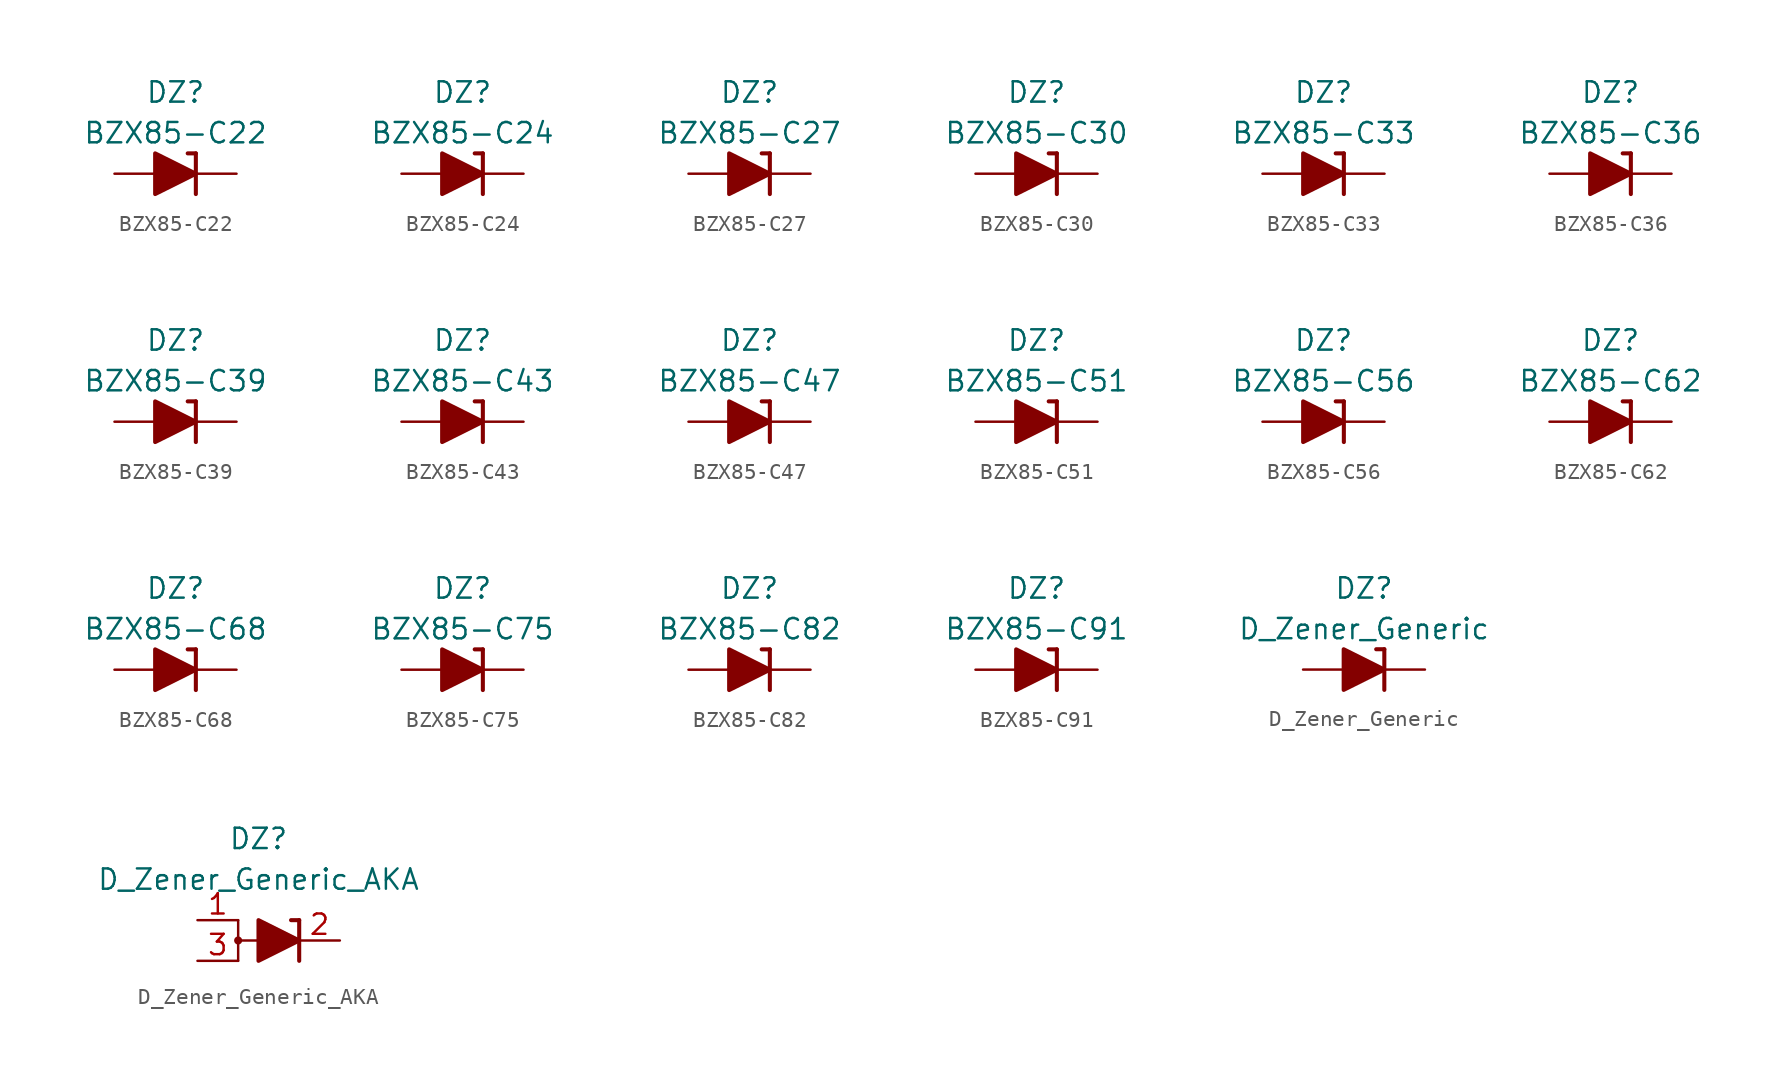
<source format=kicad_sym>
(kicad_symbol_lib
  (version 20211014)
  (generator kicad_symbol_editor)
  (symbol "BZX85-C22"
    (pin_numbers hide)
    (pin_names
      (offset 1.016) hide)
    (property "Reference" "DZ"
      (at 0 5.08 0)
      (effects (font (size 1.27 1.27))))
    (property "Value" "BZX85-C22"
      (at 0 2.54 0)
      (effects (font (size 1.27 1.27))))
    (symbol "BZX85-C22_0_1"
      (polyline (pts (xy -1.27 0) (xy 1.27 0)) (stroke (width 0) (type default) (color 0 0 0 0)) (fill (type none)))
      (polyline (pts (xy 1.27 1.27) (xy 0.762 1.27)) (stroke (width 0.254) (type default) (color 0 0 0 0)) (fill (type none)))
      (polyline (pts (xy 1.27 1.27) (xy 1.27 -1.27)) (stroke (width 0.254) (type default) (color 0 0 0 0)) (fill (type none)))
      (polyline (pts (xy -1.27 -1.27) (xy -1.27 1.27) (xy 1.27 0) (xy -1.27 -1.27)) (stroke (width 0.254) (type default) (color 0 0 0 0)) (fill (type outline))))
    (symbol "BZX85-C22_1_1"
      (pin passive line (at 3.81 0 180) (length 2.54) (name "K" (effects (font (size 1.27 1.27)))) (number "1" (effects (font (size 1.27 1.27)))))
      (pin passive line (at -3.81 0 0) (length 2.54) (name "A" (effects (font (size 1.27 1.27)))) (number "2" (effects (font (size 1.27 1.27)))))))
  (symbol "BZX85-C24"
    (pin_numbers hide)
    (pin_names
      (offset 1.016) hide)
    (property "Reference" "DZ"
      (at 0 5.08 0)
      (effects (font (size 1.27 1.27))))
    (property "Value" "BZX85-C24"
      (at 0 2.54 0)
      (effects (font (size 1.27 1.27))))
    (symbol "BZX85-C24_0_1"
      (polyline (pts (xy -1.27 0) (xy 1.27 0)) (stroke (width 0) (type default) (color 0 0 0 0)) (fill (type none)))
      (polyline (pts (xy 1.27 1.27) (xy 0.762 1.27)) (stroke (width 0.254) (type default) (color 0 0 0 0)) (fill (type none)))
      (polyline (pts (xy 1.27 1.27) (xy 1.27 -1.27)) (stroke (width 0.254) (type default) (color 0 0 0 0)) (fill (type none)))
      (polyline (pts (xy -1.27 -1.27) (xy -1.27 1.27) (xy 1.27 0) (xy -1.27 -1.27)) (stroke (width 0.254) (type default) (color 0 0 0 0)) (fill (type outline))))
    (symbol "BZX85-C24_1_1"
      (pin passive line (at 3.81 0 180) (length 2.54) (name "K" (effects (font (size 1.27 1.27)))) (number "1" (effects (font (size 1.27 1.27)))))
      (pin passive line (at -3.81 0 0) (length 2.54) (name "A" (effects (font (size 1.27 1.27)))) (number "2" (effects (font (size 1.27 1.27)))))))
  (symbol "BZX85-C27"
    (pin_numbers hide)
    (pin_names
      (offset 1.016) hide)
    (property "Reference" "DZ"
      (at 0 5.08 0)
      (effects (font (size 1.27 1.27))))
    (property "Value" "BZX85-C27"
      (at 0 2.54 0)
      (effects (font (size 1.27 1.27))))
    (symbol "BZX85-C27_0_1"
      (polyline (pts (xy -1.27 0) (xy 1.27 0)) (stroke (width 0) (type default) (color 0 0 0 0)) (fill (type none)))
      (polyline (pts (xy 1.27 1.27) (xy 0.762 1.27)) (stroke (width 0.254) (type default) (color 0 0 0 0)) (fill (type none)))
      (polyline (pts (xy 1.27 1.27) (xy 1.27 -1.27)) (stroke (width 0.254) (type default) (color 0 0 0 0)) (fill (type none)))
      (polyline (pts (xy -1.27 -1.27) (xy -1.27 1.27) (xy 1.27 0) (xy -1.27 -1.27)) (stroke (width 0.254) (type default) (color 0 0 0 0)) (fill (type outline))))
    (symbol "BZX85-C27_1_1"
      (pin passive line (at 3.81 0 180) (length 2.54) (name "K" (effects (font (size 1.27 1.27)))) (number "1" (effects (font (size 1.27 1.27)))))
      (pin passive line (at -3.81 0 0) (length 2.54) (name "A" (effects (font (size 1.27 1.27)))) (number "2" (effects (font (size 1.27 1.27)))))))
  (symbol "BZX85-C30"
    (pin_numbers hide)
    (pin_names
      (offset 1.016) hide)
    (property "Reference" "DZ"
      (at 0 5.08 0)
      (effects (font (size 1.27 1.27))))
    (property "Value" "BZX85-C30"
      (at 0 2.54 0)
      (effects (font (size 1.27 1.27))))
    (symbol "BZX85-C30_0_1"
      (polyline (pts (xy -1.27 0) (xy 1.27 0)) (stroke (width 0) (type default) (color 0 0 0 0)) (fill (type none)))
      (polyline (pts (xy 1.27 1.27) (xy 0.762 1.27)) (stroke (width 0.254) (type default) (color 0 0 0 0)) (fill (type none)))
      (polyline (pts (xy 1.27 1.27) (xy 1.27 -1.27)) (stroke (width 0.254) (type default) (color 0 0 0 0)) (fill (type none)))
      (polyline (pts (xy -1.27 -1.27) (xy -1.27 1.27) (xy 1.27 0) (xy -1.27 -1.27)) (stroke (width 0.254) (type default) (color 0 0 0 0)) (fill (type outline))))
    (symbol "BZX85-C30_1_1"
      (pin passive line (at 3.81 0 180) (length 2.54) (name "K" (effects (font (size 1.27 1.27)))) (number "1" (effects (font (size 1.27 1.27)))))
      (pin passive line (at -3.81 0 0) (length 2.54) (name "A" (effects (font (size 1.27 1.27)))) (number "2" (effects (font (size 1.27 1.27)))))))
  (symbol "BZX85-C33"
    (pin_numbers hide)
    (pin_names
      (offset 1.016) hide)
    (property "Reference" "DZ"
      (at 0 5.08 0)
      (effects (font (size 1.27 1.27))))
    (property "Value" "BZX85-C33"
      (at 0 2.54 0)
      (effects (font (size 1.27 1.27))))
    (symbol "BZX85-C33_0_1"
      (polyline (pts (xy -1.27 0) (xy 1.27 0)) (stroke (width 0) (type default) (color 0 0 0 0)) (fill (type none)))
      (polyline (pts (xy 1.27 1.27) (xy 0.762 1.27)) (stroke (width 0.254) (type default) (color 0 0 0 0)) (fill (type none)))
      (polyline (pts (xy 1.27 1.27) (xy 1.27 -1.27)) (stroke (width 0.254) (type default) (color 0 0 0 0)) (fill (type none)))
      (polyline (pts (xy -1.27 -1.27) (xy -1.27 1.27) (xy 1.27 0) (xy -1.27 -1.27)) (stroke (width 0.254) (type default) (color 0 0 0 0)) (fill (type outline))))
    (symbol "BZX85-C33_1_1"
      (pin passive line (at 3.81 0 180) (length 2.54) (name "K" (effects (font (size 1.27 1.27)))) (number "1" (effects (font (size 1.27 1.27)))))
      (pin passive line (at -3.81 0 0) (length 2.54) (name "A" (effects (font (size 1.27 1.27)))) (number "2" (effects (font (size 1.27 1.27)))))))
  (symbol "BZX85-C36"
    (pin_numbers hide)
    (pin_names
      (offset 1.016) hide)
    (property "Reference" "DZ"
      (at 0 5.08 0)
      (effects (font (size 1.27 1.27))))
    (property "Value" "BZX85-C36"
      (at 0 2.54 0)
      (effects (font (size 1.27 1.27))))
    (symbol "BZX85-C36_0_1"
      (polyline (pts (xy -1.27 0) (xy 1.27 0)) (stroke (width 0) (type default) (color 0 0 0 0)) (fill (type none)))
      (polyline (pts (xy 1.27 1.27) (xy 0.762 1.27)) (stroke (width 0.254) (type default) (color 0 0 0 0)) (fill (type none)))
      (polyline (pts (xy 1.27 1.27) (xy 1.27 -1.27)) (stroke (width 0.254) (type default) (color 0 0 0 0)) (fill (type none)))
      (polyline (pts (xy -1.27 -1.27) (xy -1.27 1.27) (xy 1.27 0) (xy -1.27 -1.27)) (stroke (width 0.254) (type default) (color 0 0 0 0)) (fill (type outline))))
    (symbol "BZX85-C36_1_1"
      (pin passive line (at 3.81 0 180) (length 2.54) (name "K" (effects (font (size 1.27 1.27)))) (number "1" (effects (font (size 1.27 1.27)))))
      (pin passive line (at -3.81 0 0) (length 2.54) (name "A" (effects (font (size 1.27 1.27)))) (number "2" (effects (font (size 1.27 1.27)))))))
  (symbol "BZX85-C39"
    (pin_numbers hide)
    (pin_names
      (offset 1.016) hide)
    (property "Reference" "DZ"
      (at 0 5.08 0)
      (effects (font (size 1.27 1.27))))
    (property "Value" "BZX85-C39"
      (at 0 2.54 0)
      (effects (font (size 1.27 1.27))))
    (symbol "BZX85-C39_0_1"
      (polyline (pts (xy -1.27 0) (xy 1.27 0)) (stroke (width 0) (type default) (color 0 0 0 0)) (fill (type none)))
      (polyline (pts (xy 1.27 1.27) (xy 0.762 1.27)) (stroke (width 0.254) (type default) (color 0 0 0 0)) (fill (type none)))
      (polyline (pts (xy 1.27 1.27) (xy 1.27 -1.27)) (stroke (width 0.254) (type default) (color 0 0 0 0)) (fill (type none)))
      (polyline (pts (xy -1.27 -1.27) (xy -1.27 1.27) (xy 1.27 0) (xy -1.27 -1.27)) (stroke (width 0.254) (type default) (color 0 0 0 0)) (fill (type outline))))
    (symbol "BZX85-C39_1_1"
      (pin passive line (at 3.81 0 180) (length 2.54) (name "K" (effects (font (size 1.27 1.27)))) (number "1" (effects (font (size 1.27 1.27)))))
      (pin passive line (at -3.81 0 0) (length 2.54) (name "A" (effects (font (size 1.27 1.27)))) (number "2" (effects (font (size 1.27 1.27)))))))
  (symbol "BZX85-C43"
    (pin_numbers hide)
    (pin_names
      (offset 1.016) hide)
    (property "Reference" "DZ"
      (at 0 5.08 0)
      (effects (font (size 1.27 1.27))))
    (property "Value" "BZX85-C43"
      (at 0 2.54 0)
      (effects (font (size 1.27 1.27))))
    (symbol "BZX85-C43_0_1"
      (polyline (pts (xy -1.27 0) (xy 1.27 0)) (stroke (width 0) (type default) (color 0 0 0 0)) (fill (type none)))
      (polyline (pts (xy 1.27 1.27) (xy 0.762 1.27)) (stroke (width 0.254) (type default) (color 0 0 0 0)) (fill (type none)))
      (polyline (pts (xy 1.27 1.27) (xy 1.27 -1.27)) (stroke (width 0.254) (type default) (color 0 0 0 0)) (fill (type none)))
      (polyline (pts (xy -1.27 -1.27) (xy -1.27 1.27) (xy 1.27 0) (xy -1.27 -1.27)) (stroke (width 0.254) (type default) (color 0 0 0 0)) (fill (type outline))))
    (symbol "BZX85-C43_1_1"
      (pin passive line (at 3.81 0 180) (length 2.54) (name "K" (effects (font (size 1.27 1.27)))) (number "1" (effects (font (size 1.27 1.27)))))
      (pin passive line (at -3.81 0 0) (length 2.54) (name "A" (effects (font (size 1.27 1.27)))) (number "2" (effects (font (size 1.27 1.27)))))))
  (symbol "BZX85-C47"
    (pin_numbers hide)
    (pin_names
      (offset 1.016) hide)
    (property "Reference" "DZ"
      (at 0 5.08 0)
      (effects (font (size 1.27 1.27))))
    (property "Value" "BZX85-C47"
      (at 0 2.54 0)
      (effects (font (size 1.27 1.27))))
    (symbol "BZX85-C47_0_1"
      (polyline (pts (xy -1.27 0) (xy 1.27 0)) (stroke (width 0) (type default) (color 0 0 0 0)) (fill (type none)))
      (polyline (pts (xy 1.27 1.27) (xy 0.762 1.27)) (stroke (width 0.254) (type default) (color 0 0 0 0)) (fill (type none)))
      (polyline (pts (xy 1.27 1.27) (xy 1.27 -1.27)) (stroke (width 0.254) (type default) (color 0 0 0 0)) (fill (type none)))
      (polyline (pts (xy -1.27 -1.27) (xy -1.27 1.27) (xy 1.27 0) (xy -1.27 -1.27)) (stroke (width 0.254) (type default) (color 0 0 0 0)) (fill (type outline))))
    (symbol "BZX85-C47_1_1"
      (pin passive line (at 3.81 0 180) (length 2.54) (name "K" (effects (font (size 1.27 1.27)))) (number "1" (effects (font (size 1.27 1.27)))))
      (pin passive line (at -3.81 0 0) (length 2.54) (name "A" (effects (font (size 1.27 1.27)))) (number "2" (effects (font (size 1.27 1.27)))))))
  (symbol "BZX85-C51"
    (pin_numbers hide)
    (pin_names
      (offset 1.016) hide)
    (property "Reference" "DZ"
      (at 0 5.08 0)
      (effects (font (size 1.27 1.27))))
    (property "Value" "BZX85-C51"
      (at 0 2.54 0)
      (effects (font (size 1.27 1.27))))
    (symbol "BZX85-C51_0_1"
      (polyline (pts (xy -1.27 0) (xy 1.27 0)) (stroke (width 0) (type default) (color 0 0 0 0)) (fill (type none)))
      (polyline (pts (xy 1.27 1.27) (xy 0.762 1.27)) (stroke (width 0.254) (type default) (color 0 0 0 0)) (fill (type none)))
      (polyline (pts (xy 1.27 1.27) (xy 1.27 -1.27)) (stroke (width 0.254) (type default) (color 0 0 0 0)) (fill (type none)))
      (polyline (pts (xy -1.27 -1.27) (xy -1.27 1.27) (xy 1.27 0) (xy -1.27 -1.27)) (stroke (width 0.254) (type default) (color 0 0 0 0)) (fill (type outline))))
    (symbol "BZX85-C51_1_1"
      (pin passive line (at 3.81 0 180) (length 2.54) (name "K" (effects (font (size 1.27 1.27)))) (number "1" (effects (font (size 1.27 1.27)))))
      (pin passive line (at -3.81 0 0) (length 2.54) (name "A" (effects (font (size 1.27 1.27)))) (number "2" (effects (font (size 1.27 1.27)))))))
  (symbol "BZX85-C56"
    (pin_numbers hide)
    (pin_names
      (offset 1.016) hide)
    (property "Reference" "DZ"
      (at 0 5.08 0)
      (effects (font (size 1.27 1.27))))
    (property "Value" "BZX85-C56"
      (at 0 2.54 0)
      (effects (font (size 1.27 1.27))))
    (symbol "BZX85-C56_0_1"
      (polyline (pts (xy -1.27 0) (xy 1.27 0)) (stroke (width 0) (type default) (color 0 0 0 0)) (fill (type none)))
      (polyline (pts (xy 1.27 1.27) (xy 0.762 1.27)) (stroke (width 0.254) (type default) (color 0 0 0 0)) (fill (type none)))
      (polyline (pts (xy 1.27 1.27) (xy 1.27 -1.27)) (stroke (width 0.254) (type default) (color 0 0 0 0)) (fill (type none)))
      (polyline (pts (xy -1.27 -1.27) (xy -1.27 1.27) (xy 1.27 0) (xy -1.27 -1.27)) (stroke (width 0.254) (type default) (color 0 0 0 0)) (fill (type outline))))
    (symbol "BZX85-C56_1_1"
      (pin passive line (at 3.81 0 180) (length 2.54) (name "K" (effects (font (size 1.27 1.27)))) (number "1" (effects (font (size 1.27 1.27)))))
      (pin passive line (at -3.81 0 0) (length 2.54) (name "A" (effects (font (size 1.27 1.27)))) (number "2" (effects (font (size 1.27 1.27)))))))
  (symbol "BZX85-C62"
    (pin_numbers hide)
    (pin_names
      (offset 1.016) hide)
    (property "Reference" "DZ"
      (at 0 5.08 0)
      (effects (font (size 1.27 1.27))))
    (property "Value" "BZX85-C62"
      (at 0 2.54 0)
      (effects (font (size 1.27 1.27))))
    (symbol "BZX85-C62_0_1"
      (polyline (pts (xy -1.27 0) (xy 1.27 0)) (stroke (width 0) (type default) (color 0 0 0 0)) (fill (type none)))
      (polyline (pts (xy 1.27 1.27) (xy 0.762 1.27)) (stroke (width 0.254) (type default) (color 0 0 0 0)) (fill (type none)))
      (polyline (pts (xy 1.27 1.27) (xy 1.27 -1.27)) (stroke (width 0.254) (type default) (color 0 0 0 0)) (fill (type none)))
      (polyline (pts (xy -1.27 -1.27) (xy -1.27 1.27) (xy 1.27 0) (xy -1.27 -1.27)) (stroke (width 0.254) (type default) (color 0 0 0 0)) (fill (type outline))))
    (symbol "BZX85-C62_1_1"
      (pin passive line (at 3.81 0 180) (length 2.54) (name "K" (effects (font (size 1.27 1.27)))) (number "1" (effects (font (size 1.27 1.27)))))
      (pin passive line (at -3.81 0 0) (length 2.54) (name "A" (effects (font (size 1.27 1.27)))) (number "2" (effects (font (size 1.27 1.27)))))))
  (symbol "BZX85-C68"
    (pin_numbers hide)
    (pin_names
      (offset 1.016) hide)
    (property "Reference" "DZ"
      (at 0 5.08 0)
      (effects (font (size 1.27 1.27))))
    (property "Value" "BZX85-C68"
      (at 0 2.54 0)
      (effects (font (size 1.27 1.27))))
    (symbol "BZX85-C68_0_1"
      (polyline (pts (xy -1.27 0) (xy 1.27 0)) (stroke (width 0) (type default) (color 0 0 0 0)) (fill (type none)))
      (polyline (pts (xy 1.27 1.27) (xy 0.762 1.27)) (stroke (width 0.254) (type default) (color 0 0 0 0)) (fill (type none)))
      (polyline (pts (xy 1.27 1.27) (xy 1.27 -1.27)) (stroke (width 0.254) (type default) (color 0 0 0 0)) (fill (type none)))
      (polyline (pts (xy -1.27 -1.27) (xy -1.27 1.27) (xy 1.27 0) (xy -1.27 -1.27)) (stroke (width 0.254) (type default) (color 0 0 0 0)) (fill (type outline))))
    (symbol "BZX85-C68_1_1"
      (pin passive line (at 3.81 0 180) (length 2.54) (name "K" (effects (font (size 1.27 1.27)))) (number "1" (effects (font (size 1.27 1.27)))))
      (pin passive line (at -3.81 0 0) (length 2.54) (name "A" (effects (font (size 1.27 1.27)))) (number "2" (effects (font (size 1.27 1.27)))))))
  (symbol "BZX85-C75"
    (pin_numbers hide)
    (pin_names
      (offset 1.016) hide)
    (property "Reference" "DZ"
      (at 0 5.08 0)
      (effects (font (size 1.27 1.27))))
    (property "Value" "BZX85-C75"
      (at 0 2.54 0)
      (effects (font (size 1.27 1.27))))
    (symbol "BZX85-C75_0_1"
      (polyline (pts (xy -1.27 0) (xy 1.27 0)) (stroke (width 0) (type default) (color 0 0 0 0)) (fill (type none)))
      (polyline (pts (xy 1.27 1.27) (xy 0.762 1.27)) (stroke (width 0.254) (type default) (color 0 0 0 0)) (fill (type none)))
      (polyline (pts (xy 1.27 1.27) (xy 1.27 -1.27)) (stroke (width 0.254) (type default) (color 0 0 0 0)) (fill (type none)))
      (polyline (pts (xy -1.27 -1.27) (xy -1.27 1.27) (xy 1.27 0) (xy -1.27 -1.27)) (stroke (width 0.254) (type default) (color 0 0 0 0)) (fill (type outline))))
    (symbol "BZX85-C75_1_1"
      (pin passive line (at 3.81 0 180) (length 2.54) (name "K" (effects (font (size 1.27 1.27)))) (number "1" (effects (font (size 1.27 1.27)))))
      (pin passive line (at -3.81 0 0) (length 2.54) (name "A" (effects (font (size 1.27 1.27)))) (number "2" (effects (font (size 1.27 1.27)))))))
  (symbol "BZX85-C82"
    (pin_numbers hide)
    (pin_names
      (offset 1.016) hide)
    (property "Reference" "DZ"
      (at 0 5.08 0)
      (effects (font (size 1.27 1.27))))
    (property "Value" "BZX85-C82"
      (at 0 2.54 0)
      (effects (font (size 1.27 1.27))))
    (symbol "BZX85-C82_0_1"
      (polyline (pts (xy -1.27 0) (xy 1.27 0)) (stroke (width 0) (type default) (color 0 0 0 0)) (fill (type none)))
      (polyline (pts (xy 1.27 1.27) (xy 0.762 1.27)) (stroke (width 0.254) (type default) (color 0 0 0 0)) (fill (type none)))
      (polyline (pts (xy 1.27 1.27) (xy 1.27 -1.27)) (stroke (width 0.254) (type default) (color 0 0 0 0)) (fill (type none)))
      (polyline (pts (xy -1.27 -1.27) (xy -1.27 1.27) (xy 1.27 0) (xy -1.27 -1.27)) (stroke (width 0.254) (type default) (color 0 0 0 0)) (fill (type outline))))
    (symbol "BZX85-C82_1_1"
      (pin passive line (at 3.81 0 180) (length 2.54) (name "K" (effects (font (size 1.27 1.27)))) (number "1" (effects (font (size 1.27 1.27)))))
      (pin passive line (at -3.81 0 0) (length 2.54) (name "A" (effects (font (size 1.27 1.27)))) (number "2" (effects (font (size 1.27 1.27)))))))
  (symbol "BZX85-C91"
    (pin_numbers hide)
    (pin_names
      (offset 1.016) hide)
    (property "Reference" "DZ"
      (at 0 5.08 0)
      (effects (font (size 1.27 1.27))))
    (property "Value" "BZX85-C91"
      (at 0 2.54 0)
      (effects (font (size 1.27 1.27))))
    (symbol "BZX85-C91_0_1"
      (polyline (pts (xy -1.27 0) (xy 1.27 0)) (stroke (width 0) (type default) (color 0 0 0 0)) (fill (type none)))
      (polyline (pts (xy 1.27 1.27) (xy 0.762 1.27)) (stroke (width 0.254) (type default) (color 0 0 0 0)) (fill (type none)))
      (polyline (pts (xy 1.27 1.27) (xy 1.27 -1.27)) (stroke (width 0.254) (type default) (color 0 0 0 0)) (fill (type none)))
      (polyline (pts (xy -1.27 -1.27) (xy -1.27 1.27) (xy 1.27 0) (xy -1.27 -1.27)) (stroke (width 0.254) (type default) (color 0 0 0 0)) (fill (type outline))))
    (symbol "BZX85-C91_1_1"
      (pin passive line (at 3.81 0 180) (length 2.54) (name "K" (effects (font (size 1.27 1.27)))) (number "1" (effects (font (size 1.27 1.27)))))
      (pin passive line (at -3.81 0 0) (length 2.54) (name "A" (effects (font (size 1.27 1.27)))) (number "2" (effects (font (size 1.27 1.27)))))))
  (symbol "D_Zener_Generic"
    (pin_numbers hide)
    (pin_names
      (offset 1.016) hide)
    (property "Reference" "DZ"
      (at 0 5.08 0)
      (effects (font (size 1.27 1.27))))
    (property "Value" "D_Zener_Generic"
      (at 0 2.54 0)
      (effects (font (size 1.27 1.27))))
    (symbol "D_Zener_Generic_0_1"
      (polyline (pts (xy -1.27 0) (xy 1.27 0)) (stroke (width 0) (type default) (color 0 0 0 0)) (fill (type none)))
      (polyline (pts (xy 1.27 1.27) (xy 0.762 1.27)) (stroke (width 0.254) (type default) (color 0 0 0 0)) (fill (type none)))
      (polyline (pts (xy 1.27 1.27) (xy 1.27 -1.27)) (stroke (width 0.254) (type default) (color 0 0 0 0)) (fill (type none)))
      (polyline (pts (xy -1.27 -1.27) (xy -1.27 1.27) (xy 1.27 0) (xy -1.27 -1.27)) (stroke (width 0.254) (type default) (color 0 0 0 0)) (fill (type outline))))
    (symbol "D_Zener_Generic_1_1"
      (pin passive line (at 3.81 0 180) (length 2.54) (name "K" (effects (font (size 1.27 1.27)))) (number "1" (effects (font (size 1.27 1.27)))))
      (pin passive line (at -3.81 0 0) (length 2.54) (name "A" (effects (font (size 1.27 1.27)))) (number "2" (effects (font (size 1.27 1.27)))))))
  (symbol "D_Zener_Generic_AKA"
    (pin_names
      (offset 1.016) hide)
    (property "Reference" "DZ"
      (at 0 6.35 0)
      (effects (font (size 1.27 1.27))))
    (property "Value" "D_Zener_Generic_AKA"
      (at 0 3.81 0)
      (effects (font (size 1.27 1.27))))
    (symbol "D_Zener_Generic_AKA_0_1"
      (circle (center -1.27 0) (radius 0.178) (stroke (width 0) (type default) (color 0 0 0 0)) (fill (type outline)))
      (polyline (pts (xy -1.27 -1.27) (xy -1.27 1.27)) (stroke (width 0) (type default) (color 0 0 0 0)) (fill (type none)))
      (polyline (pts (xy 0 0) (xy -1.27 0)) (stroke (width 0) (type default) (color 0 0 0 0)) (fill (type none)))
      (polyline (pts (xy 0 0) (xy 2.54 0)) (stroke (width 0) (type default) (color 0 0 0 0)) (fill (type none)))
      (polyline (pts (xy 2.54 -1.27) (xy 2.54 1.27)) (stroke (width 0.254) (type default) (color 0 0 0 0)) (fill (type none)))
      (polyline (pts (xy 2.54 1.27) (xy 2.032 1.27)) (stroke (width 0.254) (type default) (color 0 0 0 0)) (fill (type none)))
      (polyline (pts (xy 0 1.27) (xy 0 -1.27) (xy 2.54 0) (xy 0 1.27)) (stroke (width 0.254) (type default) (color 0 0 0 0)) (fill (type outline))))
    (symbol "D_Zener_Generic_AKA_1_1"
      (pin passive line (at -3.81 1.27 0) (length 2.54) (name "A" (effects (font (size 1.27 1.27)))) (number "1" (effects (font (size 1.27 1.27)))))
      (pin passive line (at 5.08 0 180) (length 2.54) (name "K" (effects (font (size 1.27 1.27)))) (number "2" (effects (font (size 1.27 1.27)))))
      (pin passive line (at -3.81 -1.27 0) (length 2.54) (name "A" (effects (font (size 1.27 1.27)))) (number "3" (effects (font (size 1.27 1.27))))))))
</source>
